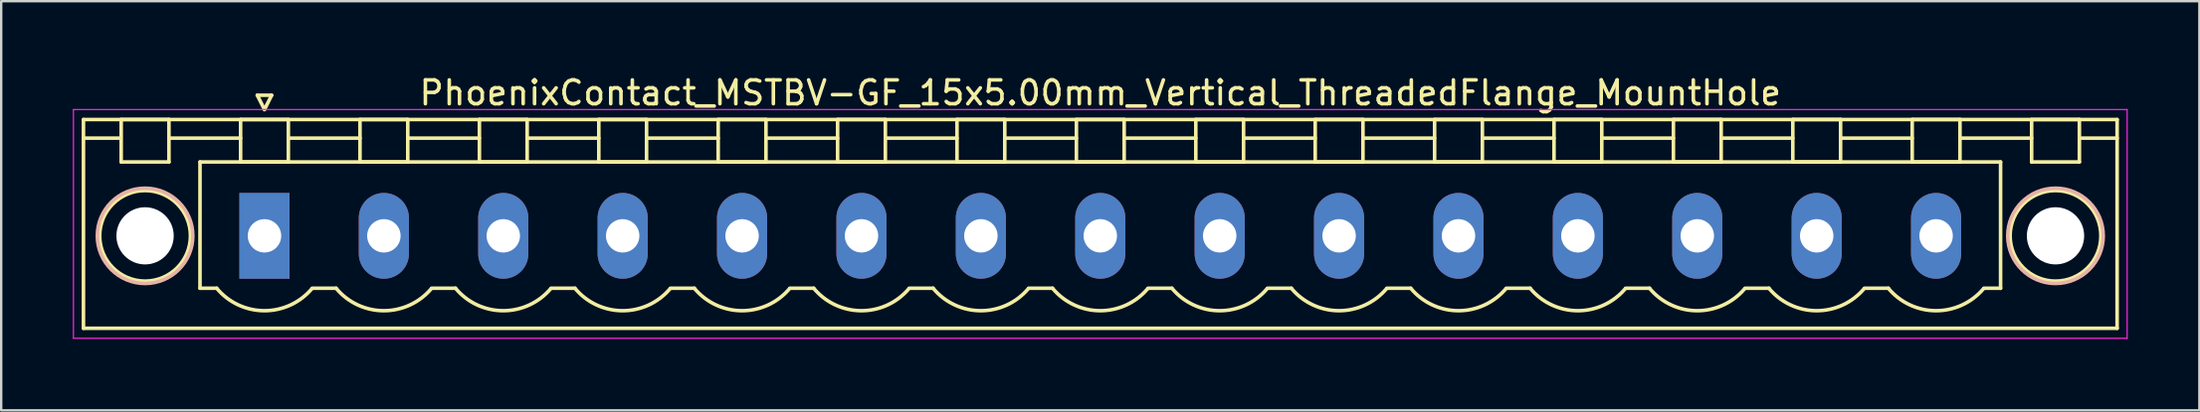
<source format=kicad_pcb>
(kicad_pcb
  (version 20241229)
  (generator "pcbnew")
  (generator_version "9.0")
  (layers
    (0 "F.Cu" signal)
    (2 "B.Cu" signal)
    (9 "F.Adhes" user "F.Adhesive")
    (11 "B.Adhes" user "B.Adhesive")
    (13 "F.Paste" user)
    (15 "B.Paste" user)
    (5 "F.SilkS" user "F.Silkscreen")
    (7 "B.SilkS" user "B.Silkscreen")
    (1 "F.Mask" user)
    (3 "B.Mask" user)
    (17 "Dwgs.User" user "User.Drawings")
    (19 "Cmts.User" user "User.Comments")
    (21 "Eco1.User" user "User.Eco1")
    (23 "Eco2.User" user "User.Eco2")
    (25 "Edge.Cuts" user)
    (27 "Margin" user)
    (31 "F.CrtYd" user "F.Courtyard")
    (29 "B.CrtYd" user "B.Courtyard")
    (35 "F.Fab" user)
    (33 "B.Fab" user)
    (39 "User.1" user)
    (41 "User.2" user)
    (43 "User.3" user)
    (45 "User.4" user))
  (footprint "PhoenixContact_MSTBV-GF_15x5.00mm_Vertical_ThreadedFlange_MountHole"
    (layer "F.Cu")
    (at 8.025 6.848)
    (property "Reference" "PhoenixContact_MSTBV-GF_15x5.00mm_Vertical_ThreadedFlange_MountHole" (at 35 -6 0) (layer "F.SilkS") (effects (font (size 1 1) (thickness 0.15))))
    (attr through_hole)
    (fp_line (start -7.58 -4.88) (end -7.58 3.88) (stroke (width 0.15) (type solid)) (layer "F.SilkS"))
    (fp_line (start -7.58 -4.1) (end -6.08 -4.1) (stroke (width 0.15) (type solid)) (layer "F.SilkS"))
    (fp_line (start -7.58 3.88) (end 77.58 3.88) (stroke (width 0.15) (type solid)) (layer "F.SilkS"))
    (fp_line (start -6 -4.88) (end -4 -4.88) (stroke (width 0.15) (type solid)) (layer "F.SilkS"))
    (fp_line (start -6 -3.1) (end -6 -4.88) (stroke (width 0.15) (type solid)) (layer "F.SilkS"))
    (fp_line (start -4 -4.88) (end -4 -3.1) (stroke (width 0.15) (type solid)) (layer "F.SilkS"))
    (fp_line (start -4 -4.1) (end -1 -4.1) (stroke (width 0.15) (type solid)) (layer "F.SilkS"))
    (fp_line (start -4 -3.1) (end -6 -3.1) (stroke (width 0.15) (type solid)) (layer "F.SilkS"))
    (fp_line (start -2.7 -3.1) (end 72.7 -3.1) (stroke (width 0.15) (type solid)) (layer "F.SilkS"))
    (fp_line (start -2.7 2.2) (end -2.7 -3.1) (stroke (width 0.15) (type solid)) (layer "F.SilkS"))
    (fp_line (start -2 2.2) (end -2.7 2.2) (stroke (width 0.15) (type solid)) (layer "F.SilkS"))
    (fp_line (start -1 -4.88) (end 1 -4.88) (stroke (width 0.15) (type solid)) (layer "F.SilkS"))
    (fp_line (start -1 -3.1) (end -1 -4.88) (stroke (width 0.15) (type solid)) (layer "F.SilkS"))
    (fp_line (start -0.3 -5.9) (end 0 -5.3) (stroke (width 0.15) (type solid)) (layer "F.SilkS"))
    (fp_line (start 0 -5.3) (end 0.3 -5.9) (stroke (width 0.15) (type solid)) (layer "F.SilkS"))
    (fp_line (start 0.3 -5.9) (end -0.3 -5.9) (stroke (width 0.15) (type solid)) (layer "F.SilkS"))
    (fp_line (start 1 -4.88) (end 1 -3.1) (stroke (width 0.15) (type solid)) (layer "F.SilkS"))
    (fp_line (start 1 -4.1) (end 4 -4.1) (stroke (width 0.15) (type solid)) (layer "F.SilkS"))
    (fp_line (start 1 -3.1) (end -1 -3.1) (stroke (width 0.15) (type solid)) (layer "F.SilkS"))
    (fp_line (start 2 2.2) (end 3 2.2) (stroke (width 0.15) (type solid)) (layer "F.SilkS"))
    (fp_line (start 4 -4.88) (end 6 -4.88) (stroke (width 0.15) (type solid)) (layer "F.SilkS"))
    (fp_line (start 4 -3.1) (end 4 -4.88) (stroke (width 0.15) (type solid)) (layer "F.SilkS"))
    (fp_line (start 6 -4.88) (end 6 -3.1) (stroke (width 0.15) (type solid)) (layer "F.SilkS"))
    (fp_line (start 6 -4.1) (end 9 -4.1) (stroke (width 0.15) (type solid)) (layer "F.SilkS"))
    (fp_line (start 6 -3.1) (end 4 -3.1) (stroke (width 0.15) (type solid)) (layer "F.SilkS"))
    (fp_line (start 7 2.2) (end 8 2.2) (stroke (width 0.15) (type solid)) (layer "F.SilkS"))
    (fp_line (start 9 -4.88) (end 11 -4.88) (stroke (width 0.15) (type solid)) (layer "F.SilkS"))
    (fp_line (start 9 -3.1) (end 9 -4.88) (stroke (width 0.15) (type solid)) (layer "F.SilkS"))
    (fp_line (start 11 -4.88) (end 11 -3.1) (stroke (width 0.15) (type solid)) (layer "F.SilkS"))
    (fp_line (start 11 -4.1) (end 14 -4.1) (stroke (width 0.15) (type solid)) (layer "F.SilkS"))
    (fp_line (start 11 -3.1) (end 9 -3.1) (stroke (width 0.15) (type solid)) (layer "F.SilkS"))
    (fp_line (start 12 2.2) (end 13 2.2) (stroke (width 0.15) (type solid)) (layer "F.SilkS"))
    (fp_line (start 14 -4.88) (end 16 -4.88) (stroke (width 0.15) (type solid)) (layer "F.SilkS"))
    (fp_line (start 14 -3.1) (end 14 -4.88) (stroke (width 0.15) (type solid)) (layer "F.SilkS"))
    (fp_line (start 16 -4.88) (end 16 -3.1) (stroke (width 0.15) (type solid)) (layer "F.SilkS"))
    (fp_line (start 16 -4.1) (end 19 -4.1) (stroke (width 0.15) (type solid)) (layer "F.SilkS"))
    (fp_line (start 16 -3.1) (end 14 -3.1) (stroke (width 0.15) (type solid)) (layer "F.SilkS"))
    (fp_line (start 17 2.2) (end 18 2.2) (stroke (width 0.15) (type solid)) (layer "F.SilkS"))
    (fp_line (start 19 -4.88) (end 21 -4.88) (stroke (width 0.15) (type solid)) (layer "F.SilkS"))
    (fp_line (start 19 -3.1) (end 19 -4.88) (stroke (width 0.15) (type solid)) (layer "F.SilkS"))
    (fp_line (start 21 -4.88) (end 21 -3.1) (stroke (width 0.15) (type solid)) (layer "F.SilkS"))
    (fp_line (start 21 -4.1) (end 24 -4.1) (stroke (width 0.15) (type solid)) (layer "F.SilkS"))
    (fp_line (start 21 -3.1) (end 19 -3.1) (stroke (width 0.15) (type solid)) (layer "F.SilkS"))
    (fp_line (start 22 2.2) (end 23 2.2) (stroke (width 0.15) (type solid)) (layer "F.SilkS"))
    (fp_line (start 24 -4.88) (end 26 -4.88) (stroke (width 0.15) (type solid)) (layer "F.SilkS"))
    (fp_line (start 24 -3.1) (end 24 -4.88) (stroke (width 0.15) (type solid)) (layer "F.SilkS"))
    (fp_line (start 26 -4.88) (end 26 -3.1) (stroke (width 0.15) (type solid)) (layer "F.SilkS"))
    (fp_line (start 26 -4.1) (end 29 -4.1) (stroke (width 0.15) (type solid)) (layer "F.SilkS"))
    (fp_line (start 26 -3.1) (end 24 -3.1) (stroke (width 0.15) (type solid)) (layer "F.SilkS"))
    (fp_line (start 27 2.2) (end 28 2.2) (stroke (width 0.15) (type solid)) (layer "F.SilkS"))
    (fp_line (start 29 -4.88) (end 31 -4.88) (stroke (width 0.15) (type solid)) (layer "F.SilkS"))
    (fp_line (start 29 -3.1) (end 29 -4.88) (stroke (width 0.15) (type solid)) (layer "F.SilkS"))
    (fp_line (start 31 -4.88) (end 31 -3.1) (stroke (width 0.15) (type solid)) (layer "F.SilkS"))
    (fp_line (start 31 -4.1) (end 34 -4.1) (stroke (width 0.15) (type solid)) (layer "F.SilkS"))
    (fp_line (start 31 -3.1) (end 29 -3.1) (stroke (width 0.15) (type solid)) (layer "F.SilkS"))
    (fp_line (start 32 2.2) (end 33 2.2) (stroke (width 0.15) (type solid)) (layer "F.SilkS"))
    (fp_line (start 34 -4.88) (end 36 -4.88) (stroke (width 0.15) (type solid)) (layer "F.SilkS"))
    (fp_line (start 34 -3.1) (end 34 -4.88) (stroke (width 0.15) (type solid)) (layer "F.SilkS"))
    (fp_line (start 36 -4.88) (end 36 -3.1) (stroke (width 0.15) (type solid)) (layer "F.SilkS"))
    (fp_line (start 36 -4.1) (end 39 -4.1) (stroke (width 0.15) (type solid)) (layer "F.SilkS"))
    (fp_line (start 36 -3.1) (end 34 -3.1) (stroke (width 0.15) (type solid)) (layer "F.SilkS"))
    (fp_line (start 37 2.2) (end 38 2.2) (stroke (width 0.15) (type solid)) (layer "F.SilkS"))
    (fp_line (start 39 -4.88) (end 41 -4.88) (stroke (width 0.15) (type solid)) (layer "F.SilkS"))
    (fp_line (start 39 -3.1) (end 39 -4.88) (stroke (width 0.15) (type solid)) (layer "F.SilkS"))
    (fp_line (start 41 -4.88) (end 41 -3.1) (stroke (width 0.15) (type solid)) (layer "F.SilkS"))
    (fp_line (start 41 -4.1) (end 44 -4.1) (stroke (width 0.15) (type solid)) (layer "F.SilkS"))
    (fp_line (start 41 -3.1) (end 39 -3.1) (stroke (width 0.15) (type solid)) (layer "F.SilkS"))
    (fp_line (start 42 2.2) (end 43 2.2) (stroke (width 0.15) (type solid)) (layer "F.SilkS"))
    (fp_line (start 44 -4.88) (end 46 -4.88) (stroke (width 0.15) (type solid)) (layer "F.SilkS"))
    (fp_line (start 44 -3.1) (end 44 -4.88) (stroke (width 0.15) (type solid)) (layer "F.SilkS"))
    (fp_line (start 46 -4.88) (end 46 -3.1) (stroke (width 0.15) (type solid)) (layer "F.SilkS"))
    (fp_line (start 46 -4.1) (end 49 -4.1) (stroke (width 0.15) (type solid)) (layer "F.SilkS"))
    (fp_line (start 46 -3.1) (end 44 -3.1) (stroke (width 0.15) (type solid)) (layer "F.SilkS"))
    (fp_line (start 47 2.2) (end 48 2.2) (stroke (width 0.15) (type solid)) (layer "F.SilkS"))
    (fp_line (start 49 -4.88) (end 51 -4.88) (stroke (width 0.15) (type solid)) (layer "F.SilkS"))
    (fp_line (start 49 -3.1) (end 49 -4.88) (stroke (width 0.15) (type solid)) (layer "F.SilkS"))
    (fp_line (start 51 -4.88) (end 51 -3.1) (stroke (width 0.15) (type solid)) (layer "F.SilkS"))
    (fp_line (start 51 -4.1) (end 54 -4.1) (stroke (width 0.15) (type solid)) (layer "F.SilkS"))
    (fp_line (start 51 -3.1) (end 49 -3.1) (stroke (width 0.15) (type solid)) (layer "F.SilkS"))
    (fp_line (start 52 2.2) (end 53 2.2) (stroke (width 0.15) (type solid)) (layer "F.SilkS"))
    (fp_line (start 54 -4.88) (end 56 -4.88) (stroke (width 0.15) (type solid)) (layer "F.SilkS"))
    (fp_line (start 54 -3.1) (end 54 -4.88) (stroke (width 0.15) (type solid)) (layer "F.SilkS"))
    (fp_line (start 56 -4.88) (end 56 -3.1) (stroke (width 0.15) (type solid)) (layer "F.SilkS"))
    (fp_line (start 56 -4.1) (end 59 -4.1) (stroke (width 0.15) (type solid)) (layer "F.SilkS"))
    (fp_line (start 56 -3.1) (end 54 -3.1) (stroke (width 0.15) (type solid)) (layer "F.SilkS"))
    (fp_line (start 57 2.2) (end 58 2.2) (stroke (width 0.15) (type solid)) (layer "F.SilkS"))
    (fp_line (start 59 -4.88) (end 61 -4.88) (stroke (width 0.15) (type solid)) (layer "F.SilkS"))
    (fp_line (start 59 -3.1) (end 59 -4.88) (stroke (width 0.15) (type solid)) (layer "F.SilkS"))
    (fp_line (start 61 -4.88) (end 61 -3.1) (stroke (width 0.15) (type solid)) (layer "F.SilkS"))
    (fp_line (start 61 -4.1) (end 64 -4.1) (stroke (width 0.15) (type solid)) (layer "F.SilkS"))
    (fp_line (start 61 -3.1) (end 59 -3.1) (stroke (width 0.15) (type solid)) (layer "F.SilkS"))
    (fp_line (start 62 2.2) (end 63 2.2) (stroke (width 0.15) (type solid)) (layer "F.SilkS"))
    (fp_line (start 64 -4.88) (end 66 -4.88) (stroke (width 0.15) (type solid)) (layer "F.SilkS"))
    (fp_line (start 64 -3.1) (end 64 -4.88) (stroke (width 0.15) (type solid)) (layer "F.SilkS"))
    (fp_line (start 66 -4.88) (end 66 -3.1) (stroke (width 0.15) (type solid)) (layer "F.SilkS"))
    (fp_line (start 66 -4.1) (end 69 -4.1) (stroke (width 0.15) (type solid)) (layer "F.SilkS"))
    (fp_line (start 66 -3.1) (end 64 -3.1) (stroke (width 0.15) (type solid)) (layer "F.SilkS"))
    (fp_line (start 67 2.2) (end 68 2.2) (stroke (width 0.15) (type solid)) (layer "F.SilkS"))
    (fp_line (start 69 -4.88) (end 71 -4.88) (stroke (width 0.15) (type solid)) (layer "F.SilkS"))
    (fp_line (start 69 -3.1) (end 69 -4.88) (stroke (width 0.15) (type solid)) (layer "F.SilkS"))
    (fp_line (start 71 -4.88) (end 71 -3.1) (stroke (width 0.15) (type solid)) (layer "F.SilkS"))
    (fp_line (start 71 -4.1) (end 74 -4.1) (stroke (width 0.15) (type solid)) (layer "F.SilkS"))
    (fp_line (start 71 -3.1) (end 69 -3.1) (stroke (width 0.15) (type solid)) (layer "F.SilkS"))
    (fp_line (start 72.7 -3.1) (end 72.7 2.2) (stroke (width 0.15) (type solid)) (layer "F.SilkS"))
    (fp_line (start 72.7 2.2) (end 72 2.2) (stroke (width 0.15) (type solid)) (layer "F.SilkS"))
    (fp_line (start 74 -4.88) (end 76 -4.88) (stroke (width 0.15) (type solid)) (layer "F.SilkS"))
    (fp_line (start 74 -3.1) (end 74 -4.88) (stroke (width 0.15) (type solid)) (layer "F.SilkS"))
    (fp_line (start 76 -4.88) (end 76 -3.1) (stroke (width 0.15) (type solid)) (layer "F.SilkS"))
    (fp_line (start 76 -3.1) (end 74 -3.1) (stroke (width 0.15) (type solid)) (layer "F.SilkS"))
    (fp_line (start 77.58 -4.88) (end -7.58 -4.88) (stroke (width 0.15) (type solid)) (layer "F.SilkS"))
    (fp_line (start 77.58 -4.1) (end 76.08 -4.1) (stroke (width 0.15) (type solid)) (layer "F.SilkS"))
    (fp_line (start 77.58 3.88) (end 77.58 -4.88) (stroke (width 0.15) (type solid)) (layer "F.SilkS"))
    (fp_arc (start 1.986842 2.215821) (mid -0.010289 3.142758) (end -2 2.2) (stroke (width 0.15) (type solid)) (layer "F.SilkS"))
    (fp_arc (start 6.986842 2.215821) (mid 4.989711 3.142758) (end 3 2.2) (stroke (width 0.15) (type solid)) (layer "F.SilkS"))
    (fp_arc (start 11.986842 2.215821) (mid 9.989711 3.142758) (end 8 2.2) (stroke (width 0.15) (type solid)) (layer "F.SilkS"))
    (fp_arc (start 16.986842 2.215821) (mid 14.989711 3.142758) (end 13 2.2) (stroke (width 0.15) (type solid)) (layer "F.SilkS"))
    (fp_arc (start 21.986842 2.215821) (mid 19.989711 3.142758) (end 18 2.2) (stroke (width 0.15) (type solid)) (layer "F.SilkS"))
    (fp_arc (start 26.986842 2.215821) (mid 24.989711 3.142758) (end 23 2.2) (stroke (width 0.15) (type solid)) (layer "F.SilkS"))
    (fp_arc (start 31.986842 2.215821) (mid 29.989711 3.142758) (end 28 2.2) (stroke (width 0.15) (type solid)) (layer "F.SilkS"))
    (fp_arc (start 36.986842 2.215821) (mid 34.989711 3.142758) (end 33 2.2) (stroke (width 0.15) (type solid)) (layer "F.SilkS"))
    (fp_arc (start 41.986842 2.215821) (mid 39.989711 3.142758) (end 38 2.2) (stroke (width 0.15) (type solid)) (layer "F.SilkS"))
    (fp_arc (start 46.986842 2.215821) (mid 44.989711 3.142758) (end 43 2.2) (stroke (width 0.15) (type solid)) (layer "F.SilkS"))
    (fp_arc (start 51.986842 2.215821) (mid 49.989711 3.142758) (end 48 2.2) (stroke (width 0.15) (type solid)) (layer "F.SilkS"))
    (fp_arc (start 56.986842 2.215821) (mid 54.989711 3.142758) (end 53 2.2) (stroke (width 0.15) (type solid)) (layer "F.SilkS"))
    (fp_arc (start 61.986842 2.215821) (mid 59.989711 3.142758) (end 58 2.2) (stroke (width 0.15) (type solid)) (layer "F.SilkS"))
    (fp_arc (start 66.986842 2.215821) (mid 64.989711 3.142758) (end 63 2.2) (stroke (width 0.15) (type solid)) (layer "F.SilkS"))
    (fp_arc (start 71.986842 2.215821) (mid 69.989711 3.142758) (end 68 2.2) (stroke (width 0.15) (type solid)) (layer "F.SilkS"))
    (fp_circle (center -5 0) (end -3.1 0) (stroke (width 0.15) (type solid)) (fill no) (layer "F.SilkS"))
    (fp_circle (center 75 0) (end 76.9 0) (stroke (width 0.15) (type solid)) (fill no) (layer "F.SilkS"))
    (fp_circle (center -5 0) (end -3 0) (stroke (width 0.15) (type solid)) (fill no) (layer "B.SilkS"))
    (fp_circle (center 75 0) (end 77 0) (stroke (width 0.15) (type solid)) (fill no) (layer "B.SilkS"))
    (fp_line (start -8 -5.3) (end -8 4.3) (stroke (width 0.05) (type solid)) (layer "F.CrtYd"))
    (fp_line (start -8 4.3) (end 78 4.3) (stroke (width 0.05) (type solid)) (layer "F.CrtYd"))
    (fp_line (start 78 -5.3) (end -8 -5.3) (stroke (width 0.05) (type solid)) (layer "F.CrtYd"))
    (fp_line (start 78 4.3) (end 78 -5.3) (stroke (width 0.05) (type solid)) (layer "F.CrtYd"))
    (pad "" np_thru_hole circle (at -5 0) (size 2.4 2.4) (drill 2.4) (layers "*.Cu" "*.Mask"))
    (pad "" np_thru_hole circle (at 75 0) (size 2.4 2.4) (drill 2.4) (layers "*.Cu" "*.Mask"))
    (pad "1" thru_hole rect (at 0 0) (size 2.1 3.6) (drill 1.4) (layers "*.Cu" "*.Mask"))
    (pad "2" thru_hole oval (at 5 0) (size 2.1 3.6) (drill 1.4) (layers "*.Cu" "*.Mask"))
    (pad "3" thru_hole oval (at 10 0) (size 2.1 3.6) (drill 1.4) (layers "*.Cu" "*.Mask"))
    (pad "4" thru_hole oval (at 15 0) (size 2.1 3.6) (drill 1.4) (layers "*.Cu" "*.Mask"))
    (pad "5" thru_hole oval (at 20 0) (size 2.1 3.6) (drill 1.4) (layers "*.Cu" "*.Mask"))
    (pad "6" thru_hole oval (at 25 0) (size 2.1 3.6) (drill 1.4) (layers "*.Cu" "*.Mask"))
    (pad "7" thru_hole oval (at 30 0) (size 2.1 3.6) (drill 1.4) (layers "*.Cu" "*.Mask"))
    (pad "8" thru_hole oval (at 35 0) (size 2.1 3.6) (drill 1.4) (layers "*.Cu" "*.Mask"))
    (pad "9" thru_hole oval (at 40 0) (size 2.1 3.6) (drill 1.4) (layers "*.Cu" "*.Mask"))
    (pad "10" thru_hole oval (at 45 0) (size 2.1 3.6) (drill 1.4) (layers "*.Cu" "*.Mask"))
    (pad "11" thru_hole oval (at 50 0) (size 2.1 3.6) (drill 1.4) (layers "*.Cu" "*.Mask"))
    (pad "12" thru_hole oval (at 55 0) (size 2.1 3.6) (drill 1.4) (layers "*.Cu" "*.Mask"))
    (pad "13" thru_hole oval (at 60 0) (size 2.1 3.6) (drill 1.4) (layers "*.Cu" "*.Mask"))
    (pad "14" thru_hole oval (at 65 0) (size 2.1 3.6) (drill 1.4) (layers "*.Cu" "*.Mask"))
    (pad "15" thru_hole oval (at 70 0) (size 2.1 3.6) (drill 1.4) (layers "*.Cu" "*.Mask")))
  (gr_rect
    (start -3 -3)
    (end 89.05 14.173)
    (stroke (width 0.1) (type default))
    (fill no)
    (layer "Edge.Cuts")))
</source>
